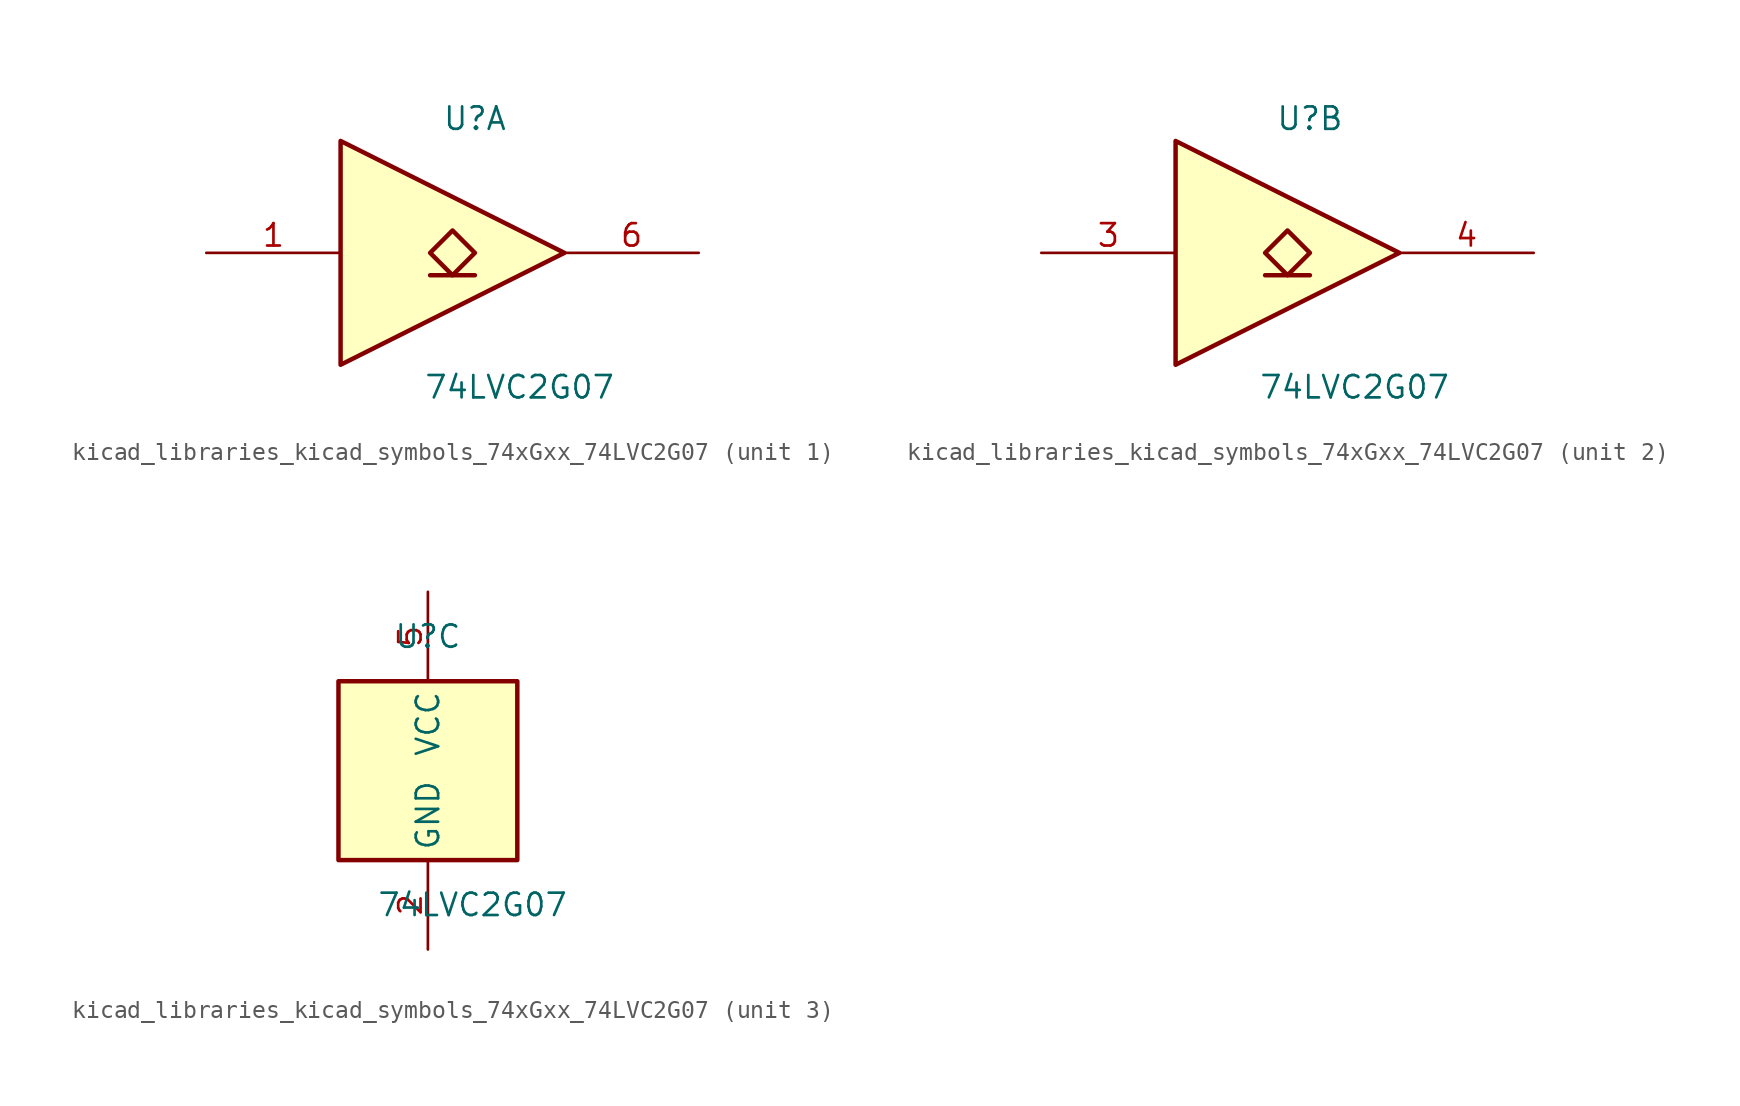
<source format=kicad_sym>
(kicad_symbol_lib
  (version 20220914)
  (generator kicad_symbol_editor)
  (symbol "kicad_libraries_kicad_symbols_74xGxx_74LVC2G07"
    (property "Reference" "U"
      (at 0 7.62 0)
      (effects (font (size 1.27 1.27))))
    (property "Value" "74LVC2G07"
      (at 2.54 -7.62 0)
      (effects (font (size 1.27 1.27))))
    (symbol "kicad_libraries_kicad_symbols_74xGxx_74LVC2G07_1_1"
      (polyline (pts (xy -2.54 -1.27) (xy 0 -1.27)) (stroke (width 0.254) (type default)) (fill (type background)))
      (polyline (pts (xy -7.62 6.35) (xy -7.62 -6.35) (xy 5.08 0) (xy -7.62 6.35)) (stroke (width 0.254) (type default)) (fill (type background)))
      (polyline (pts (xy -1.27 1.27) (xy -2.54 0) (xy -1.27 -1.27) (xy 0 0) (xy -1.27 1.27)) (stroke (width 0.254) (type default)) (fill (type background)))
      (pin input line (at -15.24 0 0) (length 7.62) (name "~" (effects (font (size 1.27 1.27)))) (number "1" (effects (font (size 1.27 1.27)))))
      (pin open_collector line (at 12.7 0 180) (length 7.62) (name "~" (effects (font (size 1.27 1.27)))) (number "6" (effects (font (size 1.27 1.27))))))
    (symbol "kicad_libraries_kicad_symbols_74xGxx_74LVC2G07_2_1"
      (polyline (pts (xy -2.54 -1.27) (xy 0 -1.27)) (stroke (width 0.254) (type default)) (fill (type background)))
      (polyline (pts (xy -7.62 6.35) (xy -7.62 -6.35) (xy 5.08 0) (xy -7.62 6.35)) (stroke (width 0.254) (type default)) (fill (type background)))
      (polyline (pts (xy -1.27 1.27) (xy -2.54 0) (xy -1.27 -1.27) (xy 0 0) (xy -1.27 1.27)) (stroke (width 0.254) (type default)) (fill (type background)))
      (pin input line (at -15.24 0 0) (length 7.62) (name "~" (effects (font (size 1.27 1.27)))) (number "3" (effects (font (size 1.27 1.27)))))
      (pin open_collector line (at 12.7 0 180) (length 7.62) (name "~" (effects (font (size 1.27 1.27)))) (number "4" (effects (font (size 1.27 1.27))))))
    (symbol "kicad_libraries_kicad_symbols_74xGxx_74LVC2G07_3_0"
      (rectangle (start -5.08 -5.08) (end 5.08 5.08) (stroke (width 0.254) (type default)) (fill (type background))))
    (symbol "kicad_libraries_kicad_symbols_74xGxx_74LVC2G07_3_1"
      (pin power_in line (at 0 -10.16 90) (length 5.08) (name "GND" (effects (font (size 1.27 1.27)))) (number "2" (effects (font (size 1.27 1.27)))))
      (pin power_in line (at 0 10.16 270) (length 5.08) (name "VCC" (effects (font (size 1.27 1.27)))) (number "5" (effects (font (size 1.27 1.27))))))))
</source>
